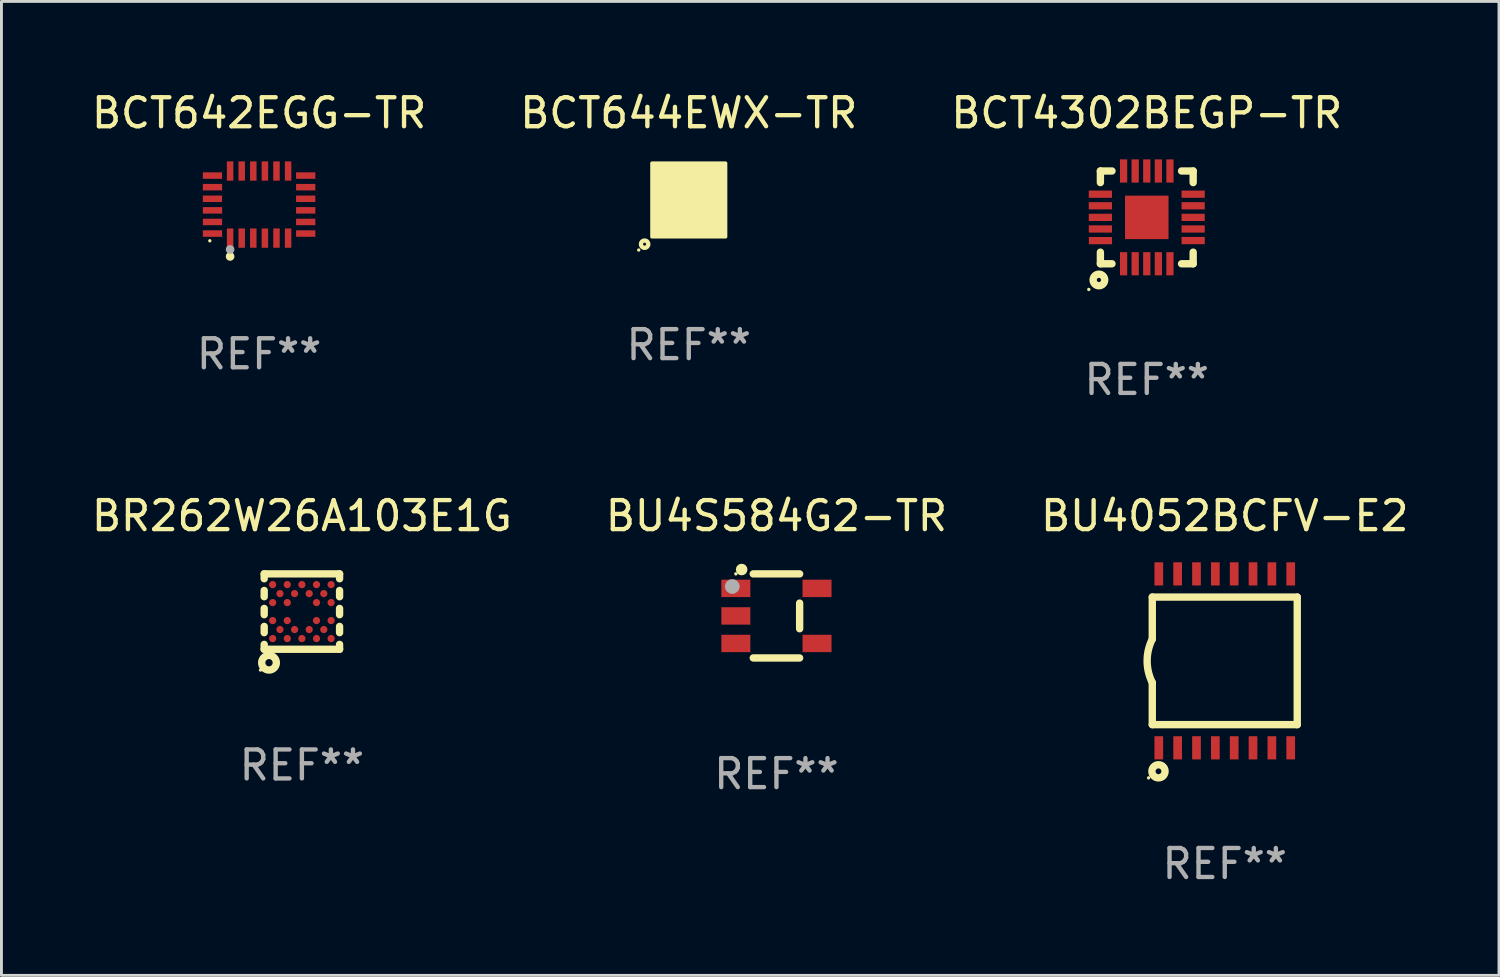
<source format=kicad_pcb>
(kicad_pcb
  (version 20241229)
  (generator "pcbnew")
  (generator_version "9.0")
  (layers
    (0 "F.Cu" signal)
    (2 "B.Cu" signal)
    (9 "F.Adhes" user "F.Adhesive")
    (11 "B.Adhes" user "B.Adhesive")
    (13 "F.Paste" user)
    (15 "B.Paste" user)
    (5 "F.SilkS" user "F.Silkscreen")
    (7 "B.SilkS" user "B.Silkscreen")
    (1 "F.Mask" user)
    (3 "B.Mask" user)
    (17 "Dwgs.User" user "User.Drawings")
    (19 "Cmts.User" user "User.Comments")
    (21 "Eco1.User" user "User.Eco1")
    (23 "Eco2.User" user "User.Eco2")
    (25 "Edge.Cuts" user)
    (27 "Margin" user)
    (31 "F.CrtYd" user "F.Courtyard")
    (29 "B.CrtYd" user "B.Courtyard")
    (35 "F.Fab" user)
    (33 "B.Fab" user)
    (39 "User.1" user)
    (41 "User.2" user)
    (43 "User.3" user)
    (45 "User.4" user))
  (footprint "BU4S584G2-TR"
    (layer "F.Cu")
    (at 23.732 18.195)
    (property "Reference" "BU4S584G2-TR" (at 0 -3.45 0) (layer "F.SilkS") (effects (font (size 1 1) (thickness 0.15))))
    (attr through_hole)
    (fp_line (start 0.8 -1.45) (end -0.8 -1.45) (stroke (width 0.254) (type solid)) (layer "F.SilkS"))
    (fp_line (start 0.8 -0.442) (end 0.8 0.442) (stroke (width 0.254) (type solid)) (layer "F.SilkS"))
    (fp_line (start 0.8 1.45) (end -0.8 1.45) (stroke (width 0.254) (type solid)) (layer "F.SilkS"))
    (fp_circle (center -1.4 -1.45) (end -1.37 -1.45) (stroke (width 0.06) (type solid)) (fill no) (layer "F.SilkS"))
    (fp_circle (center -1.2 -1.6) (end -1.1 -1.6) (stroke (width 0.2) (type solid)) (fill no) (layer "F.SilkS"))
    (fp_circle (center -1.524 -1.016) (end -1.397 -1.016) (stroke (width 0.254) (type solid)) (fill no) (layer "F.Fab"))
    (fp_text user "REF**" (at 0 5.45 0) (layer "F.Fab") (effects (font (size 1 1) (thickness 0.15))))
    (pad "1" smd rect (at -1.4 -0.95 180) (size 1 0.6) (layers "F.Cu" "F.Mask" "F.Paste"))
    (pad "2" smd rect (at -1.4 0.000114 180) (size 1 0.6) (layers "F.Cu" "F.Mask" "F.Paste"))
    (pad "3" smd rect (at -1.4 0.95 180) (size 1 0.6) (layers "F.Cu" "F.Mask" "F.Paste"))
    (pad "4" smd rect (at 1.4 0.95) (size 1 0.6) (layers "F.Cu" "F.Mask" "F.Paste"))
    (pad "5" smd rect (at 1.4 -0.95) (size 1 0.6) (layers "F.Cu" "F.Mask" "F.Paste")))
  (footprint "BCT642EGG-TR"
    (layer "F.Cu")
    (at 5.887 4.006)
    (property "Reference" "BCT642EGG-TR" (at 0 -3.157 0) (layer "F.SilkS") (effects (font (size 1 1) (thickness 0.15))))
    (attr through_hole)
    (fp_circle (center -1.7 1.25) (end -1.67 1.25) (stroke (width 0.06) (type solid)) (fill no) (layer "F.SilkS"))
    (fp_circle (center -1 1.79) (end -0.925 1.79) (stroke (width 0.15) (type solid)) (fill no) (layer "F.SilkS"))
    (fp_circle (center -1 1.55) (end -0.925 1.55) (stroke (width 0.15) (type solid)) (fill no) (layer "F.Fab"))
    (fp_text user "REF**" (at 0 5.157 0) (layer "F.Fab") (effects (font (size 1 1) (thickness 0.15))))
    (pad "1" smd rect (at -1 1.157) (size 0.224 0.665) (layers "F.Cu" "F.Mask" "F.Paste"))
    (pad "2" smd rect (at -0.6 1.157) (size 0.224 0.665) (layers "F.Cu" "F.Mask" "F.Paste"))
    (pad "3" smd rect (at -0.2 1.157) (size 0.224 0.665) (layers "F.Cu" "F.Mask" "F.Paste"))
    (pad "4" smd rect (at 0.2 1.157) (size 0.224 0.665) (layers "F.Cu" "F.Mask" "F.Paste"))
    (pad "5" smd rect (at 0.6 1.157) (size 0.224 0.665) (layers "F.Cu" "F.Mask" "F.Paste"))
    (pad "6" smd rect (at 1 1.157) (size 0.224 0.665) (layers "F.Cu" "F.Mask" "F.Paste"))
    (pad "7" smd rect (at 1.608 1) (size 0.665 0.224) (layers "F.Cu" "F.Mask" "F.Paste"))
    (pad "8" smd rect (at 1.608 0.6) (size 0.665 0.224) (layers "F.Cu" "F.Mask" "F.Paste"))
    (pad "9" smd rect (at 1.608 0.2) (size 0.665 0.224) (layers "F.Cu" "F.Mask" "F.Paste"))
    (pad "10" smd rect (at 1.608 -0.2) (size 0.665 0.224) (layers "F.Cu" "F.Mask" "F.Paste"))
    (pad "11" smd rect (at 1.608 -0.6) (size 0.665 0.224) (layers "F.Cu" "F.Mask" "F.Paste"))
    (pad "12" smd rect (at 1.608 -1) (size 0.665 0.224) (layers "F.Cu" "F.Mask" "F.Paste"))
    (pad "13" smd rect (at 1 -1.157) (size 0.224 0.665) (layers "F.Cu" "F.Mask" "F.Paste"))
    (pad "14" smd rect (at 0.6 -1.157) (size 0.224 0.665) (layers "F.Cu" "F.Mask" "F.Paste"))
    (pad "15" smd rect (at 0.2 -1.157) (size 0.224 0.665) (layers "F.Cu" "F.Mask" "F.Paste"))
    (pad "16" smd rect (at -0.2 -1.157) (size 0.224 0.665) (layers "F.Cu" "F.Mask" "F.Paste"))
    (pad "17" smd rect (at -0.6 -1.157) (size 0.224 0.665) (layers "F.Cu" "F.Mask" "F.Paste"))
    (pad "18" smd rect (at -1 -1.157) (size 0.224 0.665) (layers "F.Cu" "F.Mask" "F.Paste"))
    (pad "19" smd rect (at -1.608 -1) (size 0.665 0.224) (layers "F.Cu" "F.Mask" "F.Paste"))
    (pad "20" smd rect (at -1.608 -0.6) (size 0.665 0.224) (layers "F.Cu" "F.Mask" "F.Paste"))
    (pad "21" smd rect (at -1.608 -0.2) (size 0.665 0.224) (layers "F.Cu" "F.Mask" "F.Paste"))
    (pad "22" smd rect (at -1.608 0.2) (size 0.665 0.224) (layers "F.Cu" "F.Mask" "F.Paste"))
    (pad "23" smd rect (at -1.608 0.6) (size 0.665 0.224) (layers "F.Cu" "F.Mask" "F.Paste"))
    (pad "24" smd rect (at -1.608 1) (size 0.665 0.224) (layers "F.Cu" "F.Mask" "F.Paste")))
  (footprint "BCT644EWX-TR"
    (layer "F.Cu")
    (at 20.708 3.848)
    (property "Reference" "BCT644EWX-TR" (at 0 -3 0) (layer "F.SilkS") (effects (font (size 1 1) (thickness 0.15))))
    (attr through_hole)
    (fp_circle (center -1.726 1.726) (end -1.696 1.726) (stroke (width 0.06) (type solid)) (fill no) (layer "F.SilkS"))
    (fp_circle (center -1.524 1.524) (end -1.397 1.524) (stroke (width 0.15) (type solid)) (fill no) (layer "F.SilkS"))
    (fp_poly (pts (xy -1.27 -1.27) (xy 1.27 -1.27) (xy 1.27 1.27) (xy -1.27 1.27)) (stroke (width 0.12) (type solid)) (fill yes) (layer "F.SilkS"))
    (fp_text user "REF**" (at 0 5 0) (layer "F.Fab") (effects (font (size 1 1) (thickness 0.15))))
    (pad "A1" smd circle (at -1 1) (size 0.3 0.3) (layers "F.Cu" "F.Mask" "F.Paste"))
    (pad "A2" smd circle (at -1 0.6) (size 0.3 0.3) (layers "F.Cu" "F.Mask" "F.Paste"))
    (pad "A3" smd circle (at -1 0.2) (size 0.3 0.3) (layers "F.Cu" "F.Mask" "F.Paste"))
    (pad "A4" smd circle (at -1 -0.2) (size 0.3 0.3) (layers "F.Cu" "F.Mask" "F.Paste"))
    (pad "A5" smd circle (at -1 -0.6) (size 0.3 0.3) (layers "F.Cu" "F.Mask" "F.Paste"))
    (pad "A6" smd circle (at -1 -1) (size 0.3 0.3) (layers "F.Cu" "F.Mask" "F.Paste"))
    (pad "B1" smd circle (at -0.6 1) (size 0.3 0.3) (layers "F.Cu" "F.Mask" "F.Paste"))
    (pad "B2" smd circle (at -0.6 0.6) (size 0.3 0.3) (layers "F.Cu" "F.Mask" "F.Paste"))
    (pad "B3" smd circle (at -0.6 0.2) (size 0.3 0.3) (layers "F.Cu" "F.Mask" "F.Paste"))
    (pad "B4" smd circle (at -0.6 -0.2) (size 0.3 0.3) (layers "F.Cu" "F.Mask" "F.Paste"))
    (pad "B5" smd circle (at -0.6 -0.6) (size 0.3 0.3) (layers "F.Cu" "F.Mask" "F.Paste"))
    (pad "B6" smd circle (at -0.6 -1) (size 0.3 0.3) (layers "F.Cu" "F.Mask" "F.Paste"))
    (pad "C1" smd circle (at -0.2 1) (size 0.3 0.3) (layers "F.Cu" "F.Mask" "F.Paste"))
    (pad "C2" smd circle (at -0.2 0.6) (size 0.3 0.3) (layers "F.Cu" "F.Mask" "F.Paste"))
    (pad "C3" smd circle (at -0.2 0.2) (size 0.3 0.3) (layers "F.Cu" "F.Mask" "F.Paste"))
    (pad "C4" smd circle (at -0.2 -0.2) (size 0.3 0.3) (layers "F.Cu" "F.Mask" "F.Paste"))
    (pad "C5" smd circle (at -0.2 -0.6) (size 0.3 0.3) (layers "F.Cu" "F.Mask" "F.Paste"))
    (pad "C6" smd circle (at -0.2 -1) (size 0.3 0.3) (layers "F.Cu" "F.Mask" "F.Paste"))
    (pad "D1" smd circle (at 0.2 1) (size 0.3 0.3) (layers "F.Cu" "F.Mask" "F.Paste"))
    (pad "D2" smd circle (at 0.2 0.6) (size 0.3 0.3) (layers "F.Cu" "F.Mask" "F.Paste"))
    (pad "D3" smd circle (at 0.2 0.2) (size 0.3 0.3) (layers "F.Cu" "F.Mask" "F.Paste"))
    (pad "D4" smd circle (at 0.2 -0.2) (size 0.3 0.3) (layers "F.Cu" "F.Mask" "F.Paste"))
    (pad "D5" smd circle (at 0.2 -0.6) (size 0.3 0.3) (layers "F.Cu" "F.Mask" "F.Paste"))
    (pad "D6" smd circle (at 0.2 -1) (size 0.3 0.3) (layers "F.Cu" "F.Mask" "F.Paste"))
    (pad "E1" smd circle (at 0.6 1) (size 0.3 0.3) (layers "F.Cu" "F.Mask" "F.Paste"))
    (pad "E2" smd circle (at 0.6 0.6) (size 0.3 0.3) (layers "F.Cu" "F.Mask" "F.Paste"))
    (pad "E3" smd circle (at 0.6 0.2) (size 0.3 0.3) (layers "F.Cu" "F.Mask" "F.Paste"))
    (pad "E4" smd circle (at 0.6 -0.2) (size 0.3 0.3) (layers "F.Cu" "F.Mask" "F.Paste"))
    (pad "E5" smd circle (at 0.6 -0.6) (size 0.3 0.3) (layers "F.Cu" "F.Mask" "F.Paste"))
    (pad "E6" smd circle (at 0.6 -1) (size 0.3 0.3) (layers "F.Cu" "F.Mask" "F.Paste"))
    (pad "F1" smd circle (at 1 1) (size 0.3 0.3) (layers "F.Cu" "F.Mask" "F.Paste"))
    (pad "F2" smd circle (at 1 0.6) (size 0.3 0.3) (layers "F.Cu" "F.Mask" "F.Paste"))
    (pad "F3" smd circle (at 1 0.2) (size 0.3 0.3) (layers "F.Cu" "F.Mask" "F.Paste"))
    (pad "F4" smd circle (at 1 -0.2) (size 0.3 0.3) (layers "F.Cu" "F.Mask" "F.Paste"))
    (pad "F5" smd circle (at 1 -0.6) (size 0.3 0.3) (layers "F.Cu" "F.Mask" "F.Paste"))
    (pad "F6" smd circle (at 1 -1) (size 0.3 0.3) (layers "F.Cu" "F.Mask" "F.Paste")))
  (footprint "BR262W26A103E1G"
    (layer "F.Cu")
    (at 7.363 18.045)
    (property "Reference" "BR262W26A103E1G" (at 0 -3.3 0) (layer "F.SilkS") (effects (font (size 1 1) (thickness 0.15))))
    (attr through_hole)
    (fp_line (start -1.3 -1.3) (end 1.3 -1.3) (stroke (width 0.254) (type solid)) (layer "F.SilkS"))
    (fp_line (start -1.3 -1.132) (end -1.3 -1.3) (stroke (width 0.254) (type solid)) (layer "F.SilkS"))
    (fp_line (start -1.3 -0.512) (end -1.3 -0.728) (stroke (width 0.254) (type solid)) (layer "F.SilkS"))
    (fp_line (start -1.3 0.108) (end -1.3 -0.108) (stroke (width 0.254) (type solid)) (layer "F.SilkS"))
    (fp_line (start -1.3 0.728) (end -1.3 0.512) (stroke (width 0.254) (type solid)) (layer "F.SilkS"))
    (fp_line (start -1.3 1.3) (end -1.3 1.132) (stroke (width 0.254) (type solid)) (layer "F.SilkS"))
    (fp_line (start -1.3 1.3) (end 1.3 1.3) (stroke (width 0.254) (type solid)) (layer "F.SilkS"))
    (fp_line (start 1.3 -1.132) (end 1.3 -1.3) (stroke (width 0.254) (type solid)) (layer "F.SilkS"))
    (fp_line (start 1.3 -0.512) (end 1.3 -0.728) (stroke (width 0.254) (type solid)) (layer "F.SilkS"))
    (fp_line (start 1.3 0.108) (end 1.3 -0.108) (stroke (width 0.254) (type solid)) (layer "F.SilkS"))
    (fp_line (start 1.3 0.728) (end 1.3 0.512) (stroke (width 0.254) (type solid)) (layer "F.SilkS"))
    (fp_line (start 1.3 1.3) (end 1.3 1.132) (stroke (width 0.254) (type solid)) (layer "F.SilkS"))
    (fp_circle (center -1.427 2.017) (end -1.397 2.017) (stroke (width 0.06) (type solid)) (fill no) (layer "F.SilkS"))
    (fp_circle (center -1.134 1.764) (end -1.008 1.764) (stroke (width 0.254) (type solid)) (fill no) (layer "F.SilkS"))
    (fp_text user "REF**" (at 0 5.3 0) (layer "F.Fab") (effects (font (size 1 1) (thickness 0.15))))
    (pad "A1" smd circle (at -1.008 0.93) (size 0.25 0.25) (layers "F.Cu" "F.Mask" "F.Paste"))
    (pad "A3" smd circle (at -0.504 0.93) (size 0.25 0.25) (layers "F.Cu" "F.Mask" "F.Paste"))
    (pad "A5" smd circle (at 0 0.93) (size 0.25 0.25) (layers "F.Cu" "F.Mask" "F.Paste"))
    (pad "A7" smd circle (at 0.504 0.93) (size 0.25 0.25) (layers "F.Cu" "F.Mask" "F.Paste"))
    (pad "A9" smd circle (at 1.008 0.93) (size 0.25 0.25) (layers "F.Cu" "F.Mask" "F.Paste"))
    (pad "B2" smd circle (at -0.756 0.62) (size 0.25 0.25) (layers "F.Cu" "F.Mask" "F.Paste"))
    (pad "B4" smd circle (at -0.252 0.62) (size 0.25 0.25) (layers "F.Cu" "F.Mask" "F.Paste"))
    (pad "B6" smd circle (at 0.252 0.62) (size 0.25 0.25) (layers "F.Cu" "F.Mask" "F.Paste"))
    (pad "B8" smd circle (at 0.756 0.62) (size 0.25 0.25) (layers "F.Cu" "F.Mask" "F.Paste"))
    (pad "C1" smd circle (at -1.008 0.31) (size 0.25 0.25) (layers "F.Cu" "F.Mask" "F.Paste"))
    (pad "C3" smd circle (at -0.504 0.31) (size 0.25 0.25) (layers "F.Cu" "F.Mask" "F.Paste"))
    (pad "C7" smd circle (at 0.504 0.31) (size 0.25 0.25) (layers "F.Cu" "F.Mask" "F.Paste"))
    (pad "C9" smd circle (at 1.008 0.31) (size 0.25 0.25) (layers "F.Cu" "F.Mask" "F.Paste"))
    (pad "E1" smd circle (at -1.008 -0.31) (size 0.25 0.25) (layers "F.Cu" "F.Mask" "F.Paste"))
    (pad "E3" smd circle (at -0.504 -0.31) (size 0.25 0.25) (layers "F.Cu" "F.Mask" "F.Paste"))
    (pad "E7" smd circle (at 0.504 -0.31) (size 0.25 0.25) (layers "F.Cu" "F.Mask" "F.Paste"))
    (pad "E9" smd circle (at 1.008 -0.31) (size 0.25 0.25) (layers "F.Cu" "F.Mask" "F.Paste"))
    (pad "F2" smd circle (at -0.756 -0.62) (size 0.25 0.25) (layers "F.Cu" "F.Mask" "F.Paste"))
    (pad "F4" smd circle (at -0.252 -0.62) (size 0.25 0.25) (layers "F.Cu" "F.Mask" "F.Paste"))
    (pad "F6" smd circle (at 0.252 -0.62) (size 0.25 0.25) (layers "F.Cu" "F.Mask" "F.Paste"))
    (pad "F8" smd circle (at 0.756 -0.62) (size 0.25 0.25) (layers "F.Cu" "F.Mask" "F.Paste"))
    (pad "G1" smd circle (at -1.008 -0.93) (size 0.25 0.25) (layers "F.Cu" "F.Mask" "F.Paste"))
    (pad "G3" smd circle (at -0.504 -0.93) (size 0.25 0.25) (layers "F.Cu" "F.Mask" "F.Paste"))
    (pad "G5" smd circle (at 0 -0.93) (size 0.25 0.25) (layers "F.Cu" "F.Mask" "F.Paste"))
    (pad "G7" smd circle (at 0.504 -0.93) (size 0.25 0.25) (layers "F.Cu" "F.Mask" "F.Paste"))
    (pad "G9" smd circle (at 1.008 -0.93) (size 0.25 0.25) (layers "F.Cu" "F.Mask" "F.Paste")))
  (footprint "BCT4302BEGP-TR"
    (layer "F.Cu")
    (at 36.506 4.448)
    (property "Reference" "BCT4302BEGP-TR" (at 0 -3.6 0) (layer "F.SilkS") (effects (font (size 1 1) (thickness 0.15))))
    (attr through_hole)
    (fp_line (start -1.6 -1.6) (end -1.6 -1.2) (stroke (width 0.254) (type solid)) (layer "F.SilkS"))
    (fp_line (start -1.6 1.6) (end -1.6 1.2) (stroke (width 0.254) (type solid)) (layer "F.SilkS"))
    (fp_line (start -1.2 -1.6) (end -1.6 -1.6) (stroke (width 0.254) (type solid)) (layer "F.SilkS"))
    (fp_line (start -1.2 1.6) (end -1.6 1.6) (stroke (width 0.254) (type solid)) (layer "F.SilkS"))
    (fp_line (start 1.2 -1.6) (end 1.6 -1.6) (stroke (width 0.254) (type solid)) (layer "F.SilkS"))
    (fp_line (start 1.6 -1.6) (end 1.6 -1.2) (stroke (width 0.254) (type solid)) (layer "F.SilkS"))
    (fp_line (start 1.6 1.2) (end 1.6 1.6) (stroke (width 0.254) (type solid)) (layer "F.SilkS"))
    (fp_line (start 1.6 1.6) (end 1.2 1.6) (stroke (width 0.254) (type solid)) (layer "F.SilkS"))
    (fp_circle (center -2 2.486) (end -1.97 2.486) (stroke (width 0.06) (type solid)) (fill no) (layer "F.SilkS"))
    (fp_circle (center -1.651 2.159) (end -1.451 2.159) (stroke (width 0.254) (type solid)) (fill no) (layer "F.SilkS"))
    (fp_text user "REF**" (at 0 5.6 0) (layer "F.Fab") (effects (font (size 1 1) (thickness 0.15))))
    (pad "1" smd rect (at -0.8 1.6) (size 0.25 0.8) (layers "F.Cu" "F.Mask" "F.Paste"))
    (pad "2" smd rect (at -0.4 1.6) (size 0.25 0.8) (layers "F.Cu" "F.Mask" "F.Paste"))
    (pad "3" smd rect (at -0.000127 1.6) (size 0.25 0.8) (layers "F.Cu" "F.Mask" "F.Paste"))
    (pad "4" smd rect (at 0.4 1.6) (size 0.25 0.8) (layers "F.Cu" "F.Mask" "F.Paste"))
    (pad "5" smd rect (at 0.8 1.6) (size 0.25 0.8) (layers "F.Cu" "F.Mask" "F.Paste"))
    (pad "6" smd rect (at 1.6 0.8 90) (size 0.25 0.8) (layers "F.Cu" "F.Mask" "F.Paste"))
    (pad "7" smd rect (at 1.6 0.4 90) (size 0.25 0.8) (layers "F.Cu" "F.Mask" "F.Paste"))
    (pad "8" smd rect (at 1.6 0.000127 90) (size 0.25 0.8) (layers "F.Cu" "F.Mask" "F.Paste"))
    (pad "9" smd rect (at 1.6 -0.4 90) (size 0.25 0.8) (layers "F.Cu" "F.Mask" "F.Paste"))
    (pad "10" smd rect (at 1.6 -0.8 90) (size 0.25 0.8) (layers "F.Cu" "F.Mask" "F.Paste"))
    (pad "11" smd rect (at 0.8 -1.6 180) (size 0.25 0.8) (layers "F.Cu" "F.Mask" "F.Paste"))
    (pad "12" smd rect (at 0.4 -1.6 180) (size 0.25 0.8) (layers "F.Cu" "F.Mask" "F.Paste"))
    (pad "13" smd rect (at -0.000127 -1.6 180) (size 0.25 0.8) (layers "F.Cu" "F.Mask" "F.Paste"))
    (pad "14" smd rect (at -0.4 -1.6 180) (size 0.25 0.8) (layers "F.Cu" "F.Mask" "F.Paste"))
    (pad "15" smd rect (at -0.8 -1.6 180) (size 0.25 0.8) (layers "F.Cu" "F.Mask" "F.Paste"))
    (pad "16" smd rect (at -1.6 -0.8 270) (size 0.25 0.8) (layers "F.Cu" "F.Mask" "F.Paste"))
    (pad "17" smd rect (at -1.6 -0.4 270) (size 0.25 0.8) (layers "F.Cu" "F.Mask" "F.Paste"))
    (pad "18" smd rect (at -1.6 0.000127 270) (size 0.25 0.8) (layers "F.Cu" "F.Mask" "F.Paste"))
    (pad "19" smd rect (at -1.6 0.4 270) (size 0.25 0.8) (layers "F.Cu" "F.Mask" "F.Paste"))
    (pad "20" smd rect (at -1.598 0.802 270) (size 0.25 0.8) (layers "F.Cu" "F.Mask" "F.Paste"))
    (pad "21" smd rect (at -0.000127 0.000127 270) (size 1.5 1.5) (layers "F.Cu" "F.Mask" "F.Paste")))
  (footprint "BU4052BCFV-E2"
    (layer "F.Cu")
    (at 39.196 19.745)
    (property "Reference" "BU4052BCFV-E2" (at 0 -5 0) (layer "F.SilkS") (effects (font (size 1 1) (thickness 0.15))))
    (attr through_hole)
    (fp_line (start -2.5 -2.2) (end -2.5 -0.75) (stroke (width 0.254) (type solid)) (layer "F.SilkS"))
    (fp_line (start -2.5 -2.2) (end 2.5 -2.2) (stroke (width 0.254) (type solid)) (layer "F.SilkS"))
    (fp_line (start -2.5 2.2) (end -2.5 0.75) (stroke (width 0.254) (type solid)) (layer "F.SilkS"))
    (fp_line (start -2.5 2.2) (end 2.5 2.2) (stroke (width 0.254) (type solid)) (layer "F.SilkS"))
    (fp_line (start 2.5 -2.2) (end 2.5 2.2) (stroke (width 0.254) (type solid)) (layer "F.SilkS"))
    (fp_arc (start -2.501029 0.749556) (mid -2.677682 -0.000349) (end -2.500013 -0.750013) (stroke (width 0.254001) (type solid)) (layer "F.SilkS"))
    (fp_circle (center -2.628 4.037) (end -2.598 4.037) (stroke (width 0.06) (type solid)) (fill no) (layer "F.SilkS"))
    (fp_circle (center -2.286 3.81) (end -2.186 3.81) (stroke (width 0.254) (type solid)) (fill no) (layer "F.SilkS"))
    (fp_text user "REF**" (at 0 7 0) (layer "F.Fab") (effects (font (size 1 1) (thickness 0.15))))
    (pad "1" smd rect (at -2.275 3) (size 0.3 0.8) (layers "F.Cu" "F.Mask" "F.Paste"))
    (pad "2" smd rect (at -1.625 3) (size 0.3 0.8) (layers "F.Cu" "F.Mask" "F.Paste"))
    (pad "3" smd rect (at -0.975 3) (size 0.3 0.8) (layers "F.Cu" "F.Mask" "F.Paste"))
    (pad "4" smd rect (at -0.325 3) (size 0.3 0.8) (layers "F.Cu" "F.Mask" "F.Paste"))
    (pad "5" smd rect (at 0.325 3) (size 0.3 0.8) (layers "F.Cu" "F.Mask" "F.Paste"))
    (pad "6" smd rect (at 0.975 3) (size 0.3 0.8) (layers "F.Cu" "F.Mask" "F.Paste"))
    (pad "7" smd rect (at 1.625 3) (size 0.3 0.8) (layers "F.Cu" "F.Mask" "F.Paste"))
    (pad "8" smd rect (at 2.275 3) (size 0.3 0.8) (layers "F.Cu" "F.Mask" "F.Paste"))
    (pad "9" smd rect (at 2.275 -3) (size 0.3 0.8) (layers "F.Cu" "F.Mask" "F.Paste"))
    (pad "10" smd rect (at 1.625 -3) (size 0.3 0.8) (layers "F.Cu" "F.Mask" "F.Paste"))
    (pad "11" smd rect (at 0.975 -3) (size 0.3 0.8) (layers "F.Cu" "F.Mask" "F.Paste"))
    (pad "12" smd rect (at 0.325 -3) (size 0.3 0.8) (layers "F.Cu" "F.Mask" "F.Paste"))
    (pad "13" smd rect (at -0.325 -3) (size 0.3 0.8) (layers "F.Cu" "F.Mask" "F.Paste"))
    (pad "14" smd rect (at -0.975 -3) (size 0.3 0.8) (layers "F.Cu" "F.Mask" "F.Paste"))
    (pad "15" smd rect (at -1.625 -3) (size 0.3 0.8) (layers "F.Cu" "F.Mask" "F.Paste"))
    (pad "16" smd rect (at -2.275 -3) (size 0.3 0.8) (layers "F.Cu" "F.Mask" "F.Paste")))
  (gr_rect
    (start -3 -3)
    (end 48.655 30.593)
    (stroke (width 0.1) (type default))
    (fill no)
    (layer "Edge.Cuts")))
</source>
